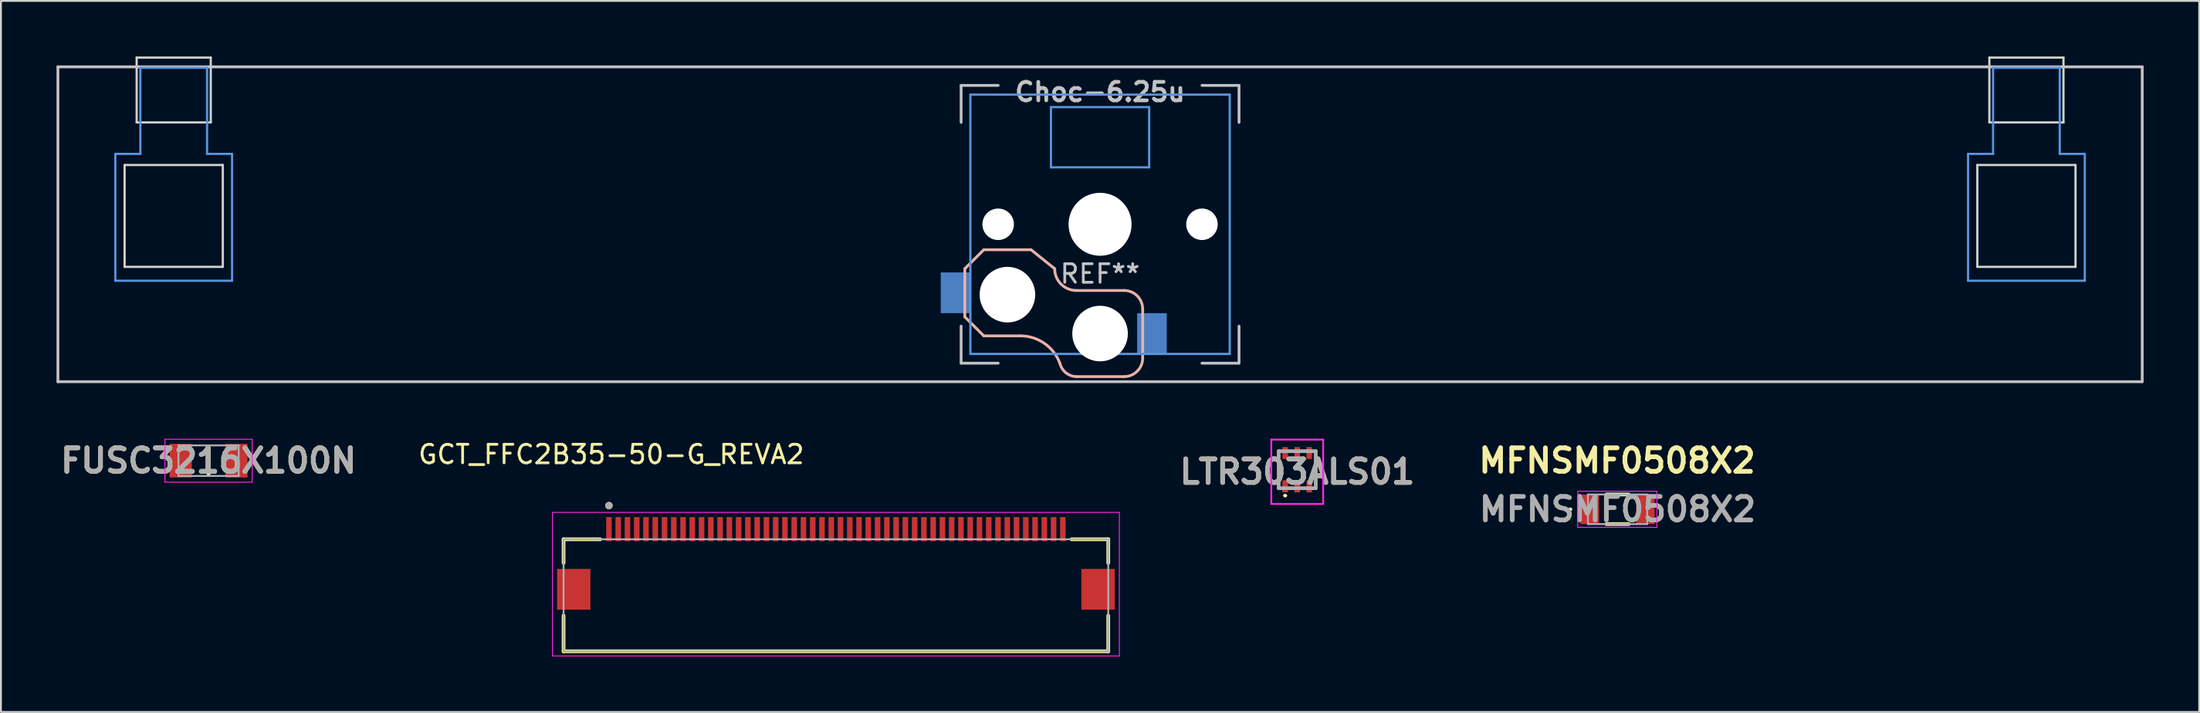
<source format=kicad_pcb>
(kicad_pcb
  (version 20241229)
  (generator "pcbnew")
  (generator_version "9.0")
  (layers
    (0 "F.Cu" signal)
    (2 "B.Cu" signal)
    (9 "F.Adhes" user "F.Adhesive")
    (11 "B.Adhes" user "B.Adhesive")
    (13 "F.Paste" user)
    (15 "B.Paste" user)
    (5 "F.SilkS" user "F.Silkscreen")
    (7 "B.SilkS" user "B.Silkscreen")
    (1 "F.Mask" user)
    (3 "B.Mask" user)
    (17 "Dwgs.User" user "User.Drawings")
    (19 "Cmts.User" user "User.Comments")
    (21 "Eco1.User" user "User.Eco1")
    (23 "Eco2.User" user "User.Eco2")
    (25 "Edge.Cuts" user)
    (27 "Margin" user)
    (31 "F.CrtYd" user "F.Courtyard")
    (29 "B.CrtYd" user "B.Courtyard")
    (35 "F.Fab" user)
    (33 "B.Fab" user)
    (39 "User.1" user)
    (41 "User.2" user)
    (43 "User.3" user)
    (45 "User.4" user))
  (footprint "FUSC3216X100N"
    (layer "F.Cu")
    (at 8.207 21.825)
    (property "Reference" "FUSC3216X100N" (at 0 0 0) (layer "F.SilkS") (effects (font (size 1.27 1.27) (thickness 0.254))))
    (attr smd)
    (fp_line (start 0 -0.725) (end 0 0.725) (stroke (width 0.2) (type solid)) (layer "F.SilkS"))
    (fp_line (start -2.355 -1.16) (end 2.355 -1.16) (stroke (width 0.05) (type solid)) (layer "F.CrtYd"))
    (fp_line (start -2.355 1.16) (end -2.355 -1.16) (stroke (width 0.05) (type solid)) (layer "F.CrtYd"))
    (fp_line (start 2.355 -1.16) (end 2.355 1.16) (stroke (width 0.05) (type solid)) (layer "F.CrtYd"))
    (fp_line (start 2.355 1.16) (end -2.355 1.16) (stroke (width 0.05) (type solid)) (layer "F.CrtYd"))
    (fp_line (start -1.625 -0.825) (end 1.625 -0.825) (stroke (width 0.1) (type solid)) (layer "F.Fab"))
    (fp_line (start -1.625 0.825) (end -1.625 -0.825) (stroke (width 0.1) (type solid)) (layer "F.Fab"))
    (fp_line (start 1.625 -0.825) (end 1.625 0.825) (stroke (width 0.1) (type solid)) (layer "F.Fab"))
    (fp_line (start 1.625 0.825) (end -1.625 0.825) (stroke (width 0.1) (type solid)) (layer "F.Fab"))
    (fp_text user "${REFERENCE}" (at 0 0 0) (layer "F.Fab") (effects (font (size 1.27 1.27) (thickness 0.254))))
    (pad "1" smd rect (at -1.505 0) (size 1.2 1.82) (layers "F.Cu" "F.Mask" "F.Paste"))
    (pad "2" smd rect (at 1.505 0) (size 1.2 1.82) (layers "F.Cu" "F.Mask" "F.Paste")))
  (footprint "LTR303ALS01"
    (layer "F.Cu")
    (at 66.967 22.311)
    (property "Reference" "LTR303ALS01" (at 0 0.113 0) (layer "F.SilkS") (effects (font (size 1.27 1.27) (thickness 0.254))))
    (attr smd)
    (fp_line (start -1 -1) (end -1 1) (stroke (width 0.1) (type solid)) (layer "F.SilkS"))
    (fp_line (start -0.7 1.4) (end -0.7 1.4) (stroke (width 0.1) (type solid)) (layer "F.SilkS"))
    (fp_line (start -0.6 1.4) (end -0.6 1.4) (stroke (width 0.1) (type solid)) (layer "F.SilkS"))
    (fp_line (start 1 -1) (end 1 1) (stroke (width 0.1) (type solid)) (layer "F.SilkS"))
    (fp_arc (start -0.7 1.4) (mid -0.65 1.35) (end -0.6 1.4) (stroke (width 0.1) (type solid)) (layer "F.SilkS"))
    (fp_arc (start -0.6 1.4) (mid -0.65 1.45) (end -0.7 1.4) (stroke (width 0.1) (type solid)) (layer "F.SilkS"))
    (fp_line (start -1.4 -1.625) (end 1.4 -1.625) (stroke (width 0.1) (type solid)) (layer "F.CrtYd"))
    (fp_line (start -1.4 1.85) (end -1.4 -1.625) (stroke (width 0.1) (type solid)) (layer "F.CrtYd"))
    (fp_line (start 1.4 -1.625) (end 1.4 1.85) (stroke (width 0.1) (type solid)) (layer "F.CrtYd"))
    (fp_line (start 1.4 1.85) (end -1.4 1.85) (stroke (width 0.1) (type solid)) (layer "F.CrtYd"))
    (fp_line (start -1 -1) (end 1 -1) (stroke (width 0.2) (type solid)) (layer "F.Fab"))
    (fp_line (start -1 1) (end -1 -1) (stroke (width 0.2) (type solid)) (layer "F.Fab"))
    (fp_line (start 1 -1) (end 1 1) (stroke (width 0.2) (type solid)) (layer "F.Fab"))
    (fp_line (start 1 1) (end -1 1) (stroke (width 0.2) (type solid)) (layer "F.Fab"))
    (fp_text user "${REFERENCE}" (at 0 0.113 0) (layer "F.Fab") (effects (font (size 1.27 1.27) (thickness 0.254))))
    (pad "1" smd rect (at -0.65 0.9) (size 0.3 0.65) (layers "F.Cu" "F.Mask" "F.Paste"))
    (pad "2" smd rect (at 0 0.9) (size 0.3 0.65) (layers "F.Cu" "F.Mask" "F.Paste"))
    (pad "3" smd rect (at 0.65 0.9) (size 0.3 0.65) (layers "F.Cu" "F.Mask" "F.Paste"))
    (pad "4" smd rect (at 0.65 -0.9) (size 0.3 0.65) (layers "F.Cu" "F.Mask" "F.Paste"))
    (pad "5" smd rect (at 0 -0.9) (size 0.3 0.65) (layers "F.Cu" "F.Mask" "F.Paste"))
    (pad "6" smd rect (at -0.65 -0.9) (size 0.3 0.65) (layers "F.Cu" "F.Mask" "F.Paste")))
  (footprint "MFNSMF0508X2"
    (layer "F.Cu")
    (at 84.258 24.45)
    (property "Reference" "MFNSMF0508X2" (at -0.025 -2.625 0) (layer "F.SilkS") (effects (font (size 1.27 1.27) (thickness 0.254))))
    (attr smd)
    (fp_line (start -2.6 0) (end -2.6 0) (stroke (width 0.1) (type solid)) (layer "F.SilkS"))
    (fp_line (start -2.5 0) (end -2.5 0) (stroke (width 0.1) (type solid)) (layer "F.SilkS"))
    (fp_line (start -0.6 -0.8) (end 0.6 -0.8) (stroke (width 0.2) (type solid)) (layer "F.SilkS"))
    (fp_line (start -0.6 0.8) (end 0.6 0.8) (stroke (width 0.2) (type solid)) (layer "F.SilkS"))
    (fp_arc (start -2.6 0) (mid -2.55 -0.05) (end -2.5 0) (stroke (width 0.1) (type solid)) (layer "F.SilkS"))
    (fp_arc (start -2.5 0) (mid -2.55 0.05) (end -2.6 0) (stroke (width 0.1) (type solid)) (layer "F.SilkS"))
    (fp_rect (start -2.15 -0.975) (end 2.125 0.975) (stroke (width 0.05) (type default)) (fill no) (layer "F.CrtYd"))
    (fp_line (start -1.6 -0.8) (end -1.6 0.8) (stroke (width 0.1) (type solid)) (layer "F.Fab"))
    (fp_line (start -1.6 0.8) (end 1.6 0.8) (stroke (width 0.1) (type solid)) (layer "F.Fab"))
    (fp_line (start 1.6 -0.8) (end -1.6 -0.8) (stroke (width 0.1) (type solid)) (layer "F.Fab"))
    (fp_line (start 1.6 0.8) (end 1.6 -0.8) (stroke (width 0.1) (type solid)) (layer "F.Fab"))
    (fp_text user "${REFERENCE}" (at 0 0 0) (layer "F.Fab") (effects (font (size 1.27 1.27) (thickness 0.254))))
    (pad "1" smd rect (at -1.5 0) (size 1 1.6) (layers "F.Cu" "F.Mask" "F.Paste"))
    (pad "2" smd rect (at 1.5 0) (size 1 1.6) (layers "F.Cu" "F.Mask" "F.Paste")))
  (footprint "Choc-6.25u"
    (layer "F.Cu")
    (at 56.326 9.06)
    (property "Reference" "Choc-6.25u" (at 0 -7.144 180) (layer "Dwgs.User") (effects (font (size 1 1) (thickness 0.2))))
    (attr smd)
    (fp_line (start -7.3 2.4) (end -7.3 5) (stroke (width 0.15) (type solid)) (layer "B.SilkS"))
    (fp_line (start -7.3 2.4) (end -6.275 1.375) (stroke (width 0.15) (type solid)) (layer "B.SilkS"))
    (fp_line (start -7.3 5) (end -6.275 6.025) (stroke (width 0.15) (type solid)) (layer "B.SilkS"))
    (fp_line (start -4.3 6.025) (end -6.275 6.025) (stroke (width 0.15) (type solid)) (layer "B.SilkS"))
    (fp_line (start -3.725 1.375) (end -6.275 1.375) (stroke (width 0.15) (type solid)) (layer "B.SilkS"))
    (fp_line (start -3.725 1.375) (end -2.45 2.4) (stroke (width 0.15) (type solid)) (layer "B.SilkS"))
    (fp_line (start 1.3 3.575) (end -1.275 3.575) (stroke (width 0.15) (type solid)) (layer "B.SilkS"))
    (fp_line (start 1.3 8.225) (end -1.3 8.225) (stroke (width 0.15) (type solid)) (layer "B.SilkS"))
    (fp_line (start 2.3 4.575) (end 2.3 7.225) (stroke (width 0.15) (type solid)) (layer "B.SilkS"))
    (fp_arc (start -4.3 6.025) (mid -2.995114 6.436429) (end -2.162199 7.521904) (stroke (width 0.15) (type solid)) (layer "B.SilkS"))
    (fp_arc (start -1.300995 8.223791) (mid -1.848284 8.016021) (end -2.162199 7.521904) (stroke (width 0.15) (type solid)) (layer "B.SilkS"))
    (fp_arc (start -1.275 3.575) (mid -2.10585 3.23085) (end -2.45 2.4) (stroke (width 0.15) (type solid)) (layer "B.SilkS"))
    (fp_arc (start 1.3 3.575) (mid 2.007107 3.867893) (end 2.3 4.575) (stroke (width 0.15) (type solid)) (layer "B.SilkS"))
    (fp_arc (start 2.3 7.225) (mid 2.007107 7.932107) (end 1.3 8.225) (stroke (width 0.15) (type solid)) (layer "B.SilkS"))
    (fp_line (start -56.25 -8.5) (end 56.25 -8.5) (stroke (width 0.152) (type solid)) (layer "Dwgs.User"))
    (fp_line (start -56.25 8.5) (end -56.25 -8.5) (stroke (width 0.152) (type solid)) (layer "Dwgs.User"))
    (fp_line (start -7.5 -7.5) (end -7.5 -5.5) (stroke (width 0.15) (type solid)) (layer "Dwgs.User"))
    (fp_line (start -7.5 7.5) (end -7.5 5.5) (stroke (width 0.15) (type solid)) (layer "Dwgs.User"))
    (fp_line (start -5.5 -7.5) (end -7.5 -7.5) (stroke (width 0.15) (type solid)) (layer "Dwgs.User"))
    (fp_line (start -5.5 7.5) (end -7.5 7.5) (stroke (width 0.15) (type solid)) (layer "Dwgs.User"))
    (fp_line (start 5.5 -7.5) (end 7.5 -7.5) (stroke (width 0.15) (type solid)) (layer "Dwgs.User"))
    (fp_line (start 5.5 7.5) (end 7.5 7.5) (stroke (width 0.15) (type solid)) (layer "Dwgs.User"))
    (fp_line (start 7.5 -7.5) (end 7.5 -5.5) (stroke (width 0.15) (type solid)) (layer "Dwgs.User"))
    (fp_line (start 7.5 7.5) (end 7.5 5.5) (stroke (width 0.15) (type solid)) (layer "Dwgs.User"))
    (fp_line (start 56.25 -8.5) (end 56.25 8.5) (stroke (width 0.152) (type solid)) (layer "Dwgs.User"))
    (fp_line (start 56.25 8.5) (end -56.25 8.5) (stroke (width 0.152) (type solid)) (layer "Dwgs.User"))
    (fp_line (start -53.15 -3.8) (end -51.8 -3.8) (stroke (width 0.12) (type solid)) (layer "Cmts.User"))
    (fp_line (start -53.15 3.05) (end -53.15 -3.8) (stroke (width 0.12) (type solid)) (layer "Cmts.User"))
    (fp_line (start -53.15 3.05) (end -46.85 3.05) (stroke (width 0.12) (type solid)) (layer "Cmts.User"))
    (fp_line (start -51.8 -8.45) (end -51.8 -3.8) (stroke (width 0.12) (type solid)) (layer "Cmts.User"))
    (fp_line (start -51.8 -8.45) (end -48.2 -8.45) (stroke (width 0.12) (type solid)) (layer "Cmts.User"))
    (fp_line (start -48.2 -8.45) (end -48.2 -3.8) (stroke (width 0.12) (type solid)) (layer "Cmts.User"))
    (fp_line (start -48.2 -3.8) (end -46.85 -3.8) (stroke (width 0.12) (type solid)) (layer "Cmts.User"))
    (fp_line (start -46.85 3.05) (end -46.85 -3.8) (stroke (width 0.12) (type solid)) (layer "Cmts.User"))
    (fp_line (start -7 -7) (end -7 7) (stroke (width 0.12) (type solid)) (layer "Cmts.User"))
    (fp_line (start -7 7) (end 7 7) (stroke (width 0.12) (type solid)) (layer "Cmts.User"))
    (fp_line (start -2.65 -6.325) (end 2.65 -6.325) (stroke (width 0.12) (type solid)) (layer "Cmts.User"))
    (fp_line (start -2.65 -3.075) (end -2.65 -6.325) (stroke (width 0.12) (type solid)) (layer "Cmts.User"))
    (fp_line (start 2.65 -6.325) (end 2.65 -3.075) (stroke (width 0.12) (type solid)) (layer "Cmts.User"))
    (fp_line (start 2.65 -3.075) (end -2.65 -3.075) (stroke (width 0.12) (type solid)) (layer "Cmts.User"))
    (fp_line (start 7 -7) (end -7 -7) (stroke (width 0.12) (type solid)) (layer "Cmts.User"))
    (fp_line (start 7 7) (end 7 -7) (stroke (width 0.12) (type solid)) (layer "Cmts.User"))
    (fp_line (start 46.85 -3.8) (end 48.2 -3.8) (stroke (width 0.12) (type solid)) (layer "Cmts.User"))
    (fp_line (start 46.85 3.05) (end 46.85 -3.8) (stroke (width 0.12) (type solid)) (layer "Cmts.User"))
    (fp_line (start 46.85 3.05) (end 53.15 3.05) (stroke (width 0.12) (type solid)) (layer "Cmts.User"))
    (fp_line (start 48.2 -8.45) (end 48.2 -3.8) (stroke (width 0.12) (type solid)) (layer "Cmts.User"))
    (fp_line (start 48.2 -8.45) (end 51.8 -8.45) (stroke (width 0.12) (type solid)) (layer "Cmts.User"))
    (fp_line (start 51.8 -8.45) (end 51.8 -3.8) (stroke (width 0.12) (type solid)) (layer "Cmts.User"))
    (fp_line (start 51.8 -3.8) (end 53.15 -3.8) (stroke (width 0.12) (type solid)) (layer "Cmts.User"))
    (fp_line (start 53.15 3.05) (end 53.15 -3.8) (stroke (width 0.12) (type solid)) (layer "Cmts.User"))
    (fp_line (start -52.65 -3.2) (end -52.65 2.3) (stroke (width 0.12) (type solid)) (layer "Edge.Cuts"))
    (fp_line (start -52.65 -3.2) (end -47.35 -3.2) (stroke (width 0.12) (type solid)) (layer "Edge.Cuts"))
    (fp_line (start -52.65 2.3) (end -47.35 2.3) (stroke (width 0.12) (type solid)) (layer "Edge.Cuts"))
    (fp_line (start -52 -9) (end -52 -5.5) (stroke (width 0.12) (type solid)) (layer "Edge.Cuts"))
    (fp_line (start -52 -9) (end -48 -9) (stroke (width 0.12) (type solid)) (layer "Edge.Cuts"))
    (fp_line (start -52 -5.5) (end -48 -5.5) (stroke (width 0.12) (type solid)) (layer "Edge.Cuts"))
    (fp_line (start -48 -5.5) (end -48 -9) (stroke (width 0.12) (type solid)) (layer "Edge.Cuts"))
    (fp_line (start -47.35 2.3) (end -47.35 -3.2) (stroke (width 0.12) (type solid)) (layer "Edge.Cuts"))
    (fp_line (start 47.35 -3.2) (end 47.35 2.3) (stroke (width 0.12) (type solid)) (layer "Edge.Cuts"))
    (fp_line (start 47.35 -3.2) (end 52.65 -3.2) (stroke (width 0.12) (type solid)) (layer "Edge.Cuts"))
    (fp_line (start 47.35 2.3) (end 52.65 2.3) (stroke (width 0.12) (type solid)) (layer "Edge.Cuts"))
    (fp_line (start 48 -9) (end 48 -5.5) (stroke (width 0.12) (type solid)) (layer "Edge.Cuts"))
    (fp_line (start 48 -9) (end 52 -9) (stroke (width 0.12) (type solid)) (layer "Edge.Cuts"))
    (fp_line (start 48 -5.5) (end 52 -5.5) (stroke (width 0.12) (type solid)) (layer "Edge.Cuts"))
    (fp_line (start 52 -5.5) (end 52 -9) (stroke (width 0.12) (type solid)) (layer "Edge.Cuts"))
    (fp_line (start 52.65 2.3) (end 52.65 -3.2) (stroke (width 0.12) (type solid)) (layer "Edge.Cuts"))
    (fp_text user "REF**" (at 0 2.675 0) (layer "Dwgs.User") (effects (font (size 1 1) (thickness 0.15))))
    (pad "" np_thru_hole circle (at -5.5 0 180) (size 1.7 1.7) (drill 1.7) (layers "*.Cu" "*.Mask"))
    (pad "" np_thru_hole circle (at -5 3.8 90) (size 3 3) (drill 3) (layers "*.Cu" "*.Mask"))
    (pad "" np_thru_hole circle (at 0 0 90) (size 3.4 3.4) (drill 3.4) (layers "*.Cu" "*.Mask"))
    (pad "" np_thru_hole circle (at 0 5.9 90) (size 3 3) (drill 3) (layers "*.Cu" "*.Mask"))
    (pad "" np_thru_hole circle (at 5.5 0 180) (size 1.7 1.7) (drill 1.7) (layers "*.Cu" "*.Mask"))
    (pad "1" smd rect (at -7.8 3.7 180) (size 1.6 2.2) (layers "B.Cu" "B.Mask" "B.Paste"))
    (pad "2" smd rect (at 2.8 5.9 180) (size 1.6 2.2) (layers "B.Cu" "B.Mask" "B.Paste")))
  (footprint "GCT_FFC2B35-50-G_REVA2"
    (layer "F.Cu")
    (at 42.068 28.769)
    (property "Reference" "GCT_FFC2B35-50-G_REVA2" (at -12.125 -7.285 0) (layer "F.SilkS") (effects (font (size 1 1) (thickness 0.15))))
    (attr smd)
    (fp_line (start -14.7 -2.7) (end -12.72 -2.7) (stroke (width 0.2) (type solid)) (layer "F.SilkS"))
    (fp_line (start -14.7 -1.42) (end -14.7 -2.7) (stroke (width 0.2) (type solid)) (layer "F.SilkS"))
    (fp_line (start -14.7 3.35) (end -14.7 1.42) (stroke (width 0.2) (type solid)) (layer "F.SilkS"))
    (fp_line (start 12.72 -2.7) (end 14.7 -2.7) (stroke (width 0.2) (type solid)) (layer "F.SilkS"))
    (fp_line (start 14.7 -2.7) (end 14.7 -1.42) (stroke (width 0.2) (type solid)) (layer "F.SilkS"))
    (fp_line (start 14.7 3.35) (end -14.7 3.35) (stroke (width 0.2) (type solid)) (layer "F.SilkS"))
    (fp_line (start 14.7 3.35) (end 14.7 1.42) (stroke (width 0.2) (type solid)) (layer "F.SilkS"))
    (fp_circle (center -12.25 -4.519) (end -12.15 -4.519) (stroke (width 0.2) (type solid)) (fill no) (layer "F.SilkS"))
    (fp_line (start -15.3 -4.15) (end -15.3 3.6) (stroke (width 0.05) (type solid)) (layer "F.CrtYd"))
    (fp_line (start -15.3 3.6) (end 15.3 3.6) (stroke (width 0.05) (type solid)) (layer "F.CrtYd"))
    (fp_line (start 15.3 -4.15) (end -15.3 -4.15) (stroke (width 0.05) (type solid)) (layer "F.CrtYd"))
    (fp_line (start 15.3 3.6) (end 15.3 -4.15) (stroke (width 0.05) (type solid)) (layer "F.CrtYd"))
    (fp_line (start -14.7 -2.7) (end 14.7 -2.7) (stroke (width 0.1) (type solid)) (layer "F.Fab"))
    (fp_line (start -14.7 3.35) (end -14.7 -2.7) (stroke (width 0.1) (type solid)) (layer "F.Fab"))
    (fp_line (start 14.7 -2.7) (end 14.7 3.35) (stroke (width 0.1) (type solid)) (layer "F.Fab"))
    (fp_line (start 14.7 3.35) (end -14.7 3.35) (stroke (width 0.1) (type solid)) (layer "F.Fab"))
    (fp_circle (center -12.25 -4.519) (end -12.15 -4.519) (stroke (width 0.2) (type solid)) (fill no) (layer "F.Fab"))
    (pad "1" smd rect (at -12.25 -3.25) (size 0.3 1.3) (layers "F.Cu" "F.Mask" "F.Paste"))
    (pad "2" smd rect (at -11.75 -3.25) (size 0.3 1.3) (layers "F.Cu" "F.Mask" "F.Paste"))
    (pad "3" smd rect (at -11.25 -3.25) (size 0.3 1.3) (layers "F.Cu" "F.Mask" "F.Paste"))
    (pad "4" smd rect (at -10.75 -3.25) (size 0.3 1.3) (layers "F.Cu" "F.Mask" "F.Paste"))
    (pad "5" smd rect (at -10.25 -3.25) (size 0.3 1.3) (layers "F.Cu" "F.Mask" "F.Paste"))
    (pad "6" smd rect (at -9.75 -3.25) (size 0.3 1.3) (layers "F.Cu" "F.Mask" "F.Paste"))
    (pad "7" smd rect (at -9.25 -3.25) (size 0.3 1.3) (layers "F.Cu" "F.Mask" "F.Paste"))
    (pad "8" smd rect (at -8.75 -3.25) (size 0.3 1.3) (layers "F.Cu" "F.Mask" "F.Paste"))
    (pad "9" smd rect (at -8.25 -3.25) (size 0.3 1.3) (layers "F.Cu" "F.Mask" "F.Paste"))
    (pad "10" smd rect (at -7.75 -3.25) (size 0.3 1.3) (layers "F.Cu" "F.Mask" "F.Paste"))
    (pad "11" smd rect (at -7.25 -3.25) (size 0.3 1.3) (layers "F.Cu" "F.Mask" "F.Paste"))
    (pad "12" smd rect (at -6.75 -3.25) (size 0.3 1.3) (layers "F.Cu" "F.Mask" "F.Paste"))
    (pad "13" smd rect (at -6.25 -3.25) (size 0.3 1.3) (layers "F.Cu" "F.Mask" "F.Paste"))
    (pad "14" smd rect (at -5.75 -3.25) (size 0.3 1.3) (layers "F.Cu" "F.Mask" "F.Paste"))
    (pad "15" smd rect (at -5.25 -3.25) (size 0.3 1.3) (layers "F.Cu" "F.Mask" "F.Paste"))
    (pad "16" smd rect (at -4.75 -3.25) (size 0.3 1.3) (layers "F.Cu" "F.Mask" "F.Paste"))
    (pad "17" smd rect (at -4.25 -3.25) (size 0.3 1.3) (layers "F.Cu" "F.Mask" "F.Paste"))
    (pad "18" smd rect (at -3.75 -3.25) (size 0.3 1.3) (layers "F.Cu" "F.Mask" "F.Paste"))
    (pad "19" smd rect (at -3.25 -3.25) (size 0.3 1.3) (layers "F.Cu" "F.Mask" "F.Paste"))
    (pad "20" smd rect (at -2.75 -3.25) (size 0.3 1.3) (layers "F.Cu" "F.Mask" "F.Paste"))
    (pad "21" smd rect (at -2.25 -3.25) (size 0.3 1.3) (layers "F.Cu" "F.Mask" "F.Paste"))
    (pad "22" smd rect (at -1.75 -3.25) (size 0.3 1.3) (layers "F.Cu" "F.Mask" "F.Paste"))
    (pad "23" smd rect (at -1.25 -3.25) (size 0.3 1.3) (layers "F.Cu" "F.Mask" "F.Paste"))
    (pad "24" smd rect (at -0.75 -3.25) (size 0.3 1.3) (layers "F.Cu" "F.Mask" "F.Paste"))
    (pad "25" smd rect (at -0.25 -3.25) (size 0.3 1.3) (layers "F.Cu" "F.Mask" "F.Paste"))
    (pad "26" smd rect (at 0.25 -3.25) (size 0.3 1.3) (layers "F.Cu" "F.Mask" "F.Paste"))
    (pad "27" smd rect (at 0.75 -3.25) (size 0.3 1.3) (layers "F.Cu" "F.Mask" "F.Paste"))
    (pad "28" smd rect (at 1.25 -3.25) (size 0.3 1.3) (layers "F.Cu" "F.Mask" "F.Paste"))
    (pad "29" smd rect (at 1.75 -3.25) (size 0.3 1.3) (layers "F.Cu" "F.Mask" "F.Paste"))
    (pad "30" smd rect (at 2.25 -3.25) (size 0.3 1.3) (layers "F.Cu" "F.Mask" "F.Paste"))
    (pad "31" smd rect (at 2.75 -3.25) (size 0.3 1.3) (layers "F.Cu" "F.Mask" "F.Paste"))
    (pad "32" smd rect (at 3.25 -3.25) (size 0.3 1.3) (layers "F.Cu" "F.Mask" "F.Paste"))
    (pad "33" smd rect (at 3.75 -3.25) (size 0.3 1.3) (layers "F.Cu" "F.Mask" "F.Paste"))
    (pad "34" smd rect (at 4.25 -3.25) (size 0.3 1.3) (layers "F.Cu" "F.Mask" "F.Paste"))
    (pad "35" smd rect (at 4.75 -3.25) (size 0.3 1.3) (layers "F.Cu" "F.Mask" "F.Paste"))
    (pad "36" smd rect (at 5.25 -3.25) (size 0.3 1.3) (layers "F.Cu" "F.Mask" "F.Paste"))
    (pad "37" smd rect (at 5.75 -3.25) (size 0.3 1.3) (layers "F.Cu" "F.Mask" "F.Paste"))
    (pad "38" smd rect (at 6.25 -3.25) (size 0.3 1.3) (layers "F.Cu" "F.Mask" "F.Paste"))
    (pad "39" smd rect (at 6.75 -3.25) (size 0.3 1.3) (layers "F.Cu" "F.Mask" "F.Paste"))
    (pad "40" smd rect (at 7.25 -3.25) (size 0.3 1.3) (layers "F.Cu" "F.Mask" "F.Paste"))
    (pad "41" smd rect (at 7.75 -3.25) (size 0.3 1.3) (layers "F.Cu" "F.Mask" "F.Paste"))
    (pad "42" smd rect (at 8.25 -3.25) (size 0.3 1.3) (layers "F.Cu" "F.Mask" "F.Paste"))
    (pad "43" smd rect (at 8.75 -3.25) (size 0.3 1.3) (layers "F.Cu" "F.Mask" "F.Paste"))
    (pad "44" smd rect (at 9.25 -3.25) (size 0.3 1.3) (layers "F.Cu" "F.Mask" "F.Paste"))
    (pad "45" smd rect (at 9.75 -3.25) (size 0.3 1.3) (layers "F.Cu" "F.Mask" "F.Paste"))
    (pad "46" smd rect (at 10.25 -3.25) (size 0.3 1.3) (layers "F.Cu" "F.Mask" "F.Paste"))
    (pad "47" smd rect (at 10.75 -3.25) (size 0.3 1.3) (layers "F.Cu" "F.Mask" "F.Paste"))
    (pad "48" smd rect (at 11.25 -3.25) (size 0.3 1.3) (layers "F.Cu" "F.Mask" "F.Paste"))
    (pad "49" smd rect (at 11.75 -3.25) (size 0.3 1.3) (layers "F.Cu" "F.Mask" "F.Paste"))
    (pad "50" smd rect (at 12.25 -3.25) (size 0.3 1.3) (layers "F.Cu" "F.Mask" "F.Paste"))
    (pad "S1" smd rect (at -14.15 0) (size 1.8 2.2) (layers "F.Cu" "F.Mask" "F.Paste"))
    (pad "S2" smd rect (at 14.15 0) (size 1.8 2.2) (layers "F.Cu" "F.Mask" "F.Paste")))
  (gr_rect
    (start -3 -3)
    (end 115.652 35.394)
    (stroke (width 0.1) (type default))
    (fill no)
    (layer "Edge.Cuts")))
</source>
